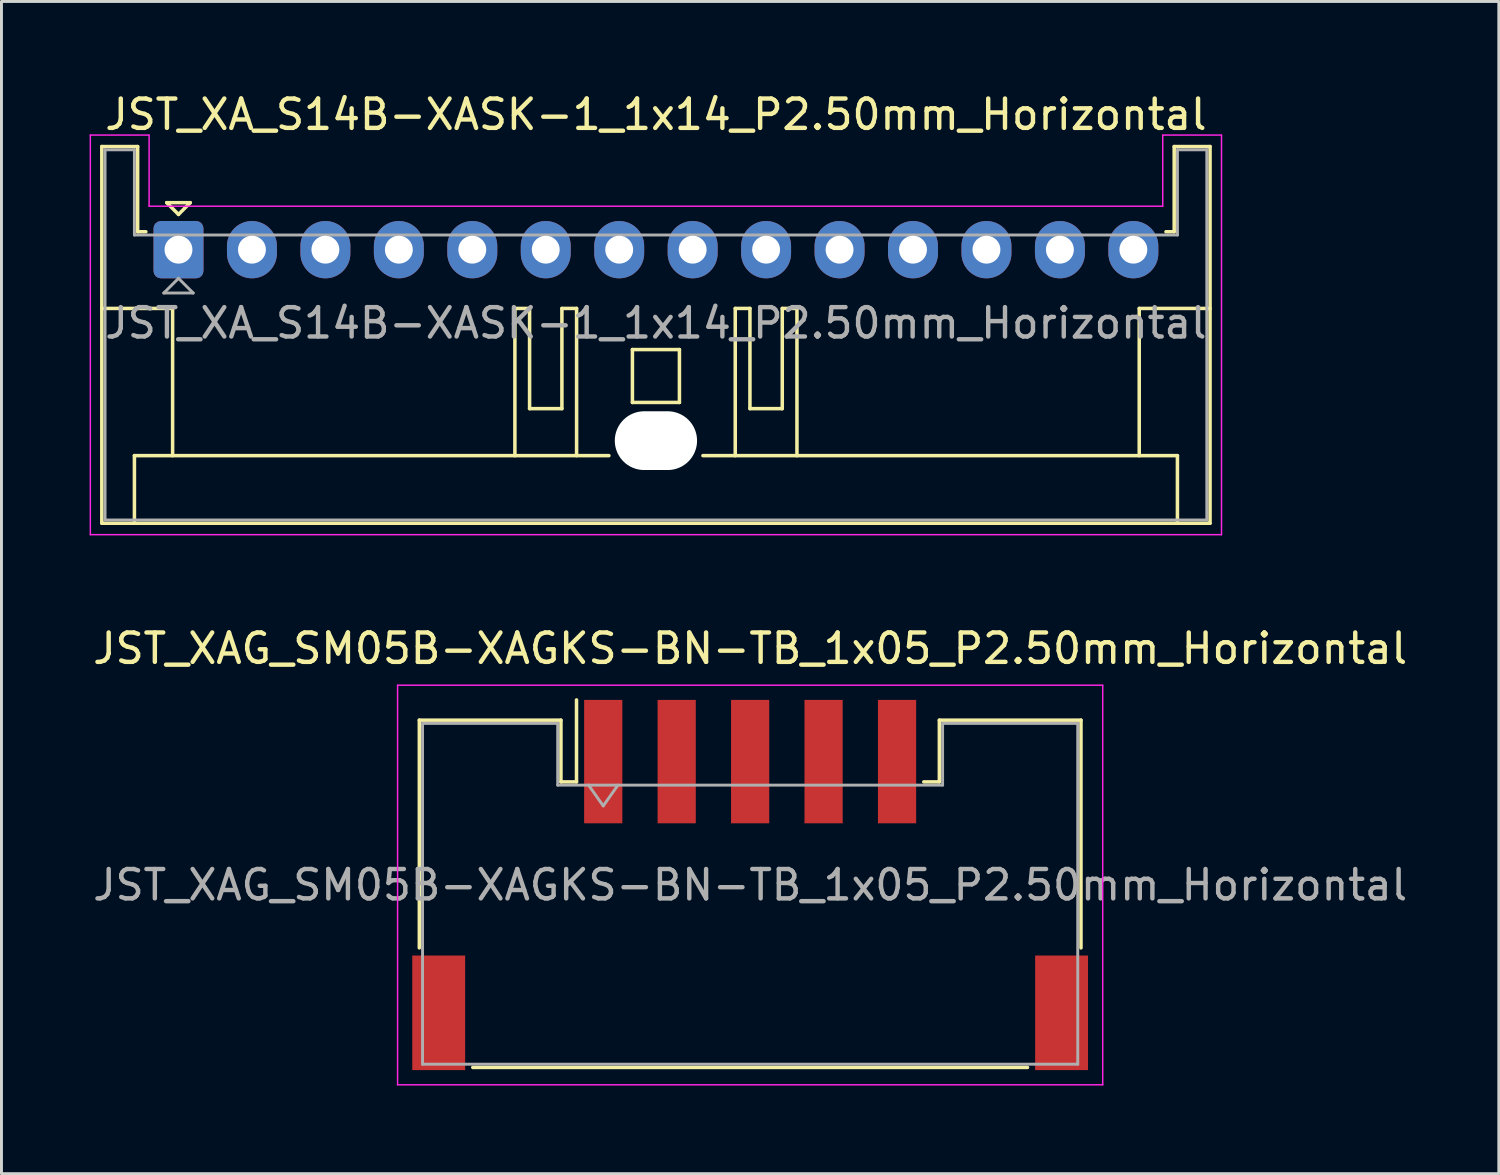
<source format=kicad_pcb>
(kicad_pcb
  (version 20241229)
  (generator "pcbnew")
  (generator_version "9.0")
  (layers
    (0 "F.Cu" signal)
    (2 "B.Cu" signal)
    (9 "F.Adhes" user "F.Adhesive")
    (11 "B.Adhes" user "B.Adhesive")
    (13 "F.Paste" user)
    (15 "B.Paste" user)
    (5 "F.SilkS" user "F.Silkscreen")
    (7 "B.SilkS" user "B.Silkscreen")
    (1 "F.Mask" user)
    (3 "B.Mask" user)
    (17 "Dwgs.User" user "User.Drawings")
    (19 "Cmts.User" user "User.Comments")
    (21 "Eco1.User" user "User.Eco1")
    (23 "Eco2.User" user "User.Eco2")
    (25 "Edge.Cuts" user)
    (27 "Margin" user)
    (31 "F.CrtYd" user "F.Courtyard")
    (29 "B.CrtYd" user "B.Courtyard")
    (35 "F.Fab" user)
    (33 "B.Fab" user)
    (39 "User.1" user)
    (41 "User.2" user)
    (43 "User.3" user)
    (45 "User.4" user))
  (footprint "JST_XAG_SM05B-XAGKS-BN-TB_1x05_P2.50mm_Horizontal"
    (layer "F.Cu")
    (at 22.482 27.072)
    (property "Reference" "JST_XAG_SM05B-XAGKS-BN-TB_1x05_P2.50mm_Horizontal" (at 0 -8.05 0) (layer "F.SilkS") (effects (font (size 1 1) (thickness 0.15))))
    (attr smd)
    (fp_line (start -11.26 -5.61) (end -6.44 -5.61) (stroke (width 0.12) (type solid)) (layer "F.SilkS"))
    (fp_line (start -11.26 2.14) (end -11.26 -5.61) (stroke (width 0.12) (type solid)) (layer "F.SilkS"))
    (fp_line (start -9.44 6.21) (end 9.44 6.21) (stroke (width 0.12) (type solid)) (layer "F.SilkS"))
    (fp_line (start -6.44 -5.61) (end -6.44 -3.51) (stroke (width 0.12) (type solid)) (layer "F.SilkS"))
    (fp_line (start -6.44 -3.51) (end -5.91 -3.51) (stroke (width 0.12) (type solid)) (layer "F.SilkS"))
    (fp_line (start -5.91 -3.51) (end -5.91 -6.3) (stroke (width 0.12) (type solid)) (layer "F.SilkS"))
    (fp_line (start 6.44 -5.61) (end 6.44 -3.51) (stroke (width 0.12) (type solid)) (layer "F.SilkS"))
    (fp_line (start 6.44 -3.51) (end 5.91 -3.51) (stroke (width 0.12) (type solid)) (layer "F.SilkS"))
    (fp_line (start 11.26 -5.61) (end 6.44 -5.61) (stroke (width 0.12) (type solid)) (layer "F.SilkS"))
    (fp_line (start 11.26 2.14) (end 11.26 -5.61) (stroke (width 0.12) (type solid)) (layer "F.SilkS"))
    (fp_line (start -12 -6.8) (end -12 6.8) (stroke (width 0.05) (type solid)) (layer "F.CrtYd"))
    (fp_line (start -12 6.8) (end 12 6.8) (stroke (width 0.05) (type solid)) (layer "F.CrtYd"))
    (fp_line (start 12 -6.8) (end -12 -6.8) (stroke (width 0.05) (type solid)) (layer "F.CrtYd"))
    (fp_line (start 12 6.8) (end 12 -6.8) (stroke (width 0.05) (type solid)) (layer "F.CrtYd"))
    (fp_line (start -11.15 -5.5) (end -11.15 6.1) (stroke (width 0.1) (type solid)) (layer "F.Fab"))
    (fp_line (start -11.15 -5.5) (end -6.55 -5.5) (stroke (width 0.1) (type solid)) (layer "F.Fab"))
    (fp_line (start -11.15 6.1) (end 11.15 6.1) (stroke (width 0.1) (type solid)) (layer "F.Fab"))
    (fp_line (start -6.55 -5.5) (end -6.55 -3.4) (stroke (width 0.1) (type solid)) (layer "F.Fab"))
    (fp_line (start -6.55 -3.4) (end 6.55 -3.4) (stroke (width 0.1) (type solid)) (layer "F.Fab"))
    (fp_line (start -5.5 -3.4) (end -5 -2.693) (stroke (width 0.1) (type solid)) (layer "F.Fab"))
    (fp_line (start -5 -2.693) (end -4.5 -3.4) (stroke (width 0.1) (type solid)) (layer "F.Fab"))
    (fp_line (start 6.55 -5.5) (end 11.15 -5.5) (stroke (width 0.1) (type solid)) (layer "F.Fab"))
    (fp_line (start 6.55 -3.4) (end 6.55 -5.5) (stroke (width 0.1) (type solid)) (layer "F.Fab"))
    (fp_line (start 11.15 -5.5) (end 11.15 6.1) (stroke (width 0.1) (type solid)) (layer "F.Fab"))
    (fp_text user "${REFERENCE}" (at 0 0 0) (layer "F.Fab") (effects (font (size 1 1) (thickness 0.15))))
    (pad "" smd rect (at -10.6 4.35) (size 1.8 3.9) (layers "F.Cu" "F.Mask" "F.Paste"))
    (pad "" smd rect (at 10.6 4.35) (size 1.8 3.9) (layers "F.Cu" "F.Mask" "F.Paste"))
    (pad "1" smd rect (at -5 -4.2) (size 1.3 4.2) (layers "F.Cu" "F.Mask" "F.Paste"))
    (pad "2" smd rect (at -2.5 -4.2) (size 1.3 4.2) (layers "F.Cu" "F.Mask" "F.Paste"))
    (pad "3" smd rect (at 0 -4.2) (size 1.3 4.2) (layers "F.Cu" "F.Mask" "F.Paste"))
    (pad "4" smd rect (at 2.5 -4.2) (size 1.3 4.2) (layers "F.Cu" "F.Mask" "F.Paste"))
    (pad "5" smd rect (at 5 -4.2) (size 1.3 4.2) (layers "F.Cu" "F.Mask" "F.Paste")))
  (footprint "JST_XA_S14B-XASK-1_1x14_P2.50mm_Horizontal"
    (layer "F.Cu")
    (at 3.025 5.448)
    (property "Reference" "JST_XA_S14B-XASK-1_1x14_P2.50mm_Horizontal" (at 16.25 -4.6 0) (layer "F.SilkS") (effects (font (size 1 1) (thickness 0.15))))
    (attr through_hole)
    (fp_line (start -2.61 -3.51) (end -2.61 9.31) (stroke (width 0.12) (type solid)) (layer "F.SilkS"))
    (fp_line (start -2.61 9.31) (end 35.11 9.31) (stroke (width 0.12) (type solid)) (layer "F.SilkS"))
    (fp_line (start -1.5 7.01) (end 14.65 7.01) (stroke (width 0.12) (type solid)) (layer "F.SilkS"))
    (fp_line (start -1.5 9.31) (end -1.5 7.01) (stroke (width 0.12) (type solid)) (layer "F.SilkS"))
    (fp_line (start -1.39 -3.51) (end -2.61 -3.51) (stroke (width 0.12) (type solid)) (layer "F.SilkS"))
    (fp_line (start -1.39 -0.61) (end -1.39 -3.51) (stroke (width 0.12) (type solid)) (layer "F.SilkS"))
    (fp_line (start -1.11 -0.61) (end -1.39 -0.61) (stroke (width 0.12) (type solid)) (layer "F.SilkS"))
    (fp_line (start -0.4 -1.6) (end 0.4 -1.6) (stroke (width 0.12) (type solid)) (layer "F.SilkS"))
    (fp_line (start -0.2 2) (end -2.61 2) (stroke (width 0.12) (type solid)) (layer "F.SilkS"))
    (fp_line (start -0.2 7.01) (end -0.2 2) (stroke (width 0.12) (type solid)) (layer "F.SilkS"))
    (fp_line (start 0 -1.2) (end -0.4 -1.6) (stroke (width 0.12) (type solid)) (layer "F.SilkS"))
    (fp_line (start 0.4 -1.6) (end 0 -1.2) (stroke (width 0.12) (type solid)) (layer "F.SilkS"))
    (fp_line (start 11.45 2) (end 11.45 7.01) (stroke (width 0.12) (type solid)) (layer "F.SilkS"))
    (fp_line (start 11.95 2) (end 11.45 2) (stroke (width 0.12) (type solid)) (layer "F.SilkS"))
    (fp_line (start 11.95 5.41) (end 11.95 2) (stroke (width 0.12) (type solid)) (layer "F.SilkS"))
    (fp_line (start 13.05 2) (end 13.05 5.41) (stroke (width 0.12) (type solid)) (layer "F.SilkS"))
    (fp_line (start 13.05 5.41) (end 11.95 5.41) (stroke (width 0.12) (type solid)) (layer "F.SilkS"))
    (fp_line (start 13.55 2) (end 13.05 2) (stroke (width 0.12) (type solid)) (layer "F.SilkS"))
    (fp_line (start 13.55 7.01) (end 13.55 2) (stroke (width 0.12) (type solid)) (layer "F.SilkS"))
    (fp_line (start 15.45 3.4) (end 17.05 3.4) (stroke (width 0.12) (type solid)) (layer "F.SilkS"))
    (fp_line (start 15.45 5.2) (end 15.45 3.4) (stroke (width 0.12) (type solid)) (layer "F.SilkS"))
    (fp_line (start 17.05 3.4) (end 17.05 5.2) (stroke (width 0.12) (type solid)) (layer "F.SilkS"))
    (fp_line (start 17.05 5.2) (end 15.45 5.2) (stroke (width 0.12) (type solid)) (layer "F.SilkS"))
    (fp_line (start 17.85 7.01) (end 34 7.01) (stroke (width 0.12) (type solid)) (layer "F.SilkS"))
    (fp_line (start 18.95 2) (end 19.45 2) (stroke (width 0.12) (type solid)) (layer "F.SilkS"))
    (fp_line (start 18.95 7.01) (end 18.95 2) (stroke (width 0.12) (type solid)) (layer "F.SilkS"))
    (fp_line (start 19.45 2) (end 19.45 5.41) (stroke (width 0.12) (type solid)) (layer "F.SilkS"))
    (fp_line (start 19.45 5.41) (end 20.55 5.41) (stroke (width 0.12) (type solid)) (layer "F.SilkS"))
    (fp_line (start 20.55 2) (end 21.05 2) (stroke (width 0.12) (type solid)) (layer "F.SilkS"))
    (fp_line (start 20.55 5.41) (end 20.55 2) (stroke (width 0.12) (type solid)) (layer "F.SilkS"))
    (fp_line (start 21.05 2) (end 21.05 7.01) (stroke (width 0.12) (type solid)) (layer "F.SilkS"))
    (fp_line (start 32.7 2) (end 35.11 2) (stroke (width 0.12) (type solid)) (layer "F.SilkS"))
    (fp_line (start 32.7 7.01) (end 32.7 2) (stroke (width 0.12) (type solid)) (layer "F.SilkS"))
    (fp_line (start 33.89 -3.51) (end 33.89 -0.61) (stroke (width 0.12) (type solid)) (layer "F.SilkS"))
    (fp_line (start 33.89 -0.61) (end 33.61 -0.61) (stroke (width 0.12) (type solid)) (layer "F.SilkS"))
    (fp_line (start 34 7.01) (end 34 9.31) (stroke (width 0.12) (type solid)) (layer "F.SilkS"))
    (fp_line (start 35.11 -3.51) (end 33.89 -3.51) (stroke (width 0.12) (type solid)) (layer "F.SilkS"))
    (fp_line (start 35.11 9.31) (end 35.11 -3.51) (stroke (width 0.12) (type solid)) (layer "F.SilkS"))
    (fp_line (start -3 -3.9) (end -3 9.7) (stroke (width 0.05) (type solid)) (layer "F.CrtYd"))
    (fp_line (start -3 9.7) (end 35.5 9.7) (stroke (width 0.05) (type solid)) (layer "F.CrtYd"))
    (fp_line (start -1 -3.9) (end -3 -3.9) (stroke (width 0.05) (type solid)) (layer "F.CrtYd"))
    (fp_line (start -1 -1.48) (end -1 -3.9) (stroke (width 0.05) (type solid)) (layer "F.CrtYd"))
    (fp_line (start 33.5 -3.9) (end 33.5 -1.48) (stroke (width 0.05) (type solid)) (layer "F.CrtYd"))
    (fp_line (start 33.5 -1.48) (end -1 -1.48) (stroke (width 0.05) (type solid)) (layer "F.CrtYd"))
    (fp_line (start 35.5 -3.9) (end 33.5 -3.9) (stroke (width 0.05) (type solid)) (layer "F.CrtYd"))
    (fp_line (start 35.5 9.7) (end 35.5 -3.9) (stroke (width 0.05) (type solid)) (layer "F.CrtYd"))
    (fp_line (start -2.5 -3.4) (end -2.5 9.2) (stroke (width 0.1) (type solid)) (layer "F.Fab"))
    (fp_line (start -2.5 9.2) (end 35 9.2) (stroke (width 0.1) (type solid)) (layer "F.Fab"))
    (fp_line (start -1.5 -3.4) (end -2.5 -3.4) (stroke (width 0.1) (type solid)) (layer "F.Fab"))
    (fp_line (start -1.5 -0.5) (end -1.5 -3.4) (stroke (width 0.1) (type solid)) (layer "F.Fab"))
    (fp_line (start -0.5 1.475) (end 0.5 1.475) (stroke (width 0.1) (type solid)) (layer "F.Fab"))
    (fp_line (start 0 0.975) (end -0.5 1.475) (stroke (width 0.1) (type solid)) (layer "F.Fab"))
    (fp_line (start 0.5 1.475) (end 0 0.975) (stroke (width 0.1) (type solid)) (layer "F.Fab"))
    (fp_line (start 34 -3.4) (end 34 -0.5) (stroke (width 0.1) (type solid)) (layer "F.Fab"))
    (fp_line (start 34 -0.5) (end -1.5 -0.5) (stroke (width 0.1) (type solid)) (layer "F.Fab"))
    (fp_line (start 35 -3.4) (end 34 -3.4) (stroke (width 0.1) (type solid)) (layer "F.Fab"))
    (fp_line (start 35 9.2) (end 35 -3.4) (stroke (width 0.1) (type solid)) (layer "F.Fab"))
    (fp_text user "${REFERENCE}" (at 16.25 2.5 0) (layer "F.Fab") (effects (font (size 1 1) (thickness 0.15))))
    (pad "" np_thru_hole oval (at 16.25 6.5) (size 2.8 2) (drill oval 2.8 2) (layers "*.Cu" "*.Mask"))
    (pad "1" thru_hole roundrect (at 0 0) (size 1.7 1.95) (drill 0.95) (layers "*.Cu" "*.Mask") (roundrect_rratio 0.147))
    (pad "2" thru_hole oval (at 2.5 0) (size 1.7 1.95) (drill 0.95) (layers "*.Cu" "*.Mask"))
    (pad "3" thru_hole oval (at 5 0) (size 1.7 1.95) (drill 0.95) (layers "*.Cu" "*.Mask"))
    (pad "4" thru_hole oval (at 7.5 0) (size 1.7 1.95) (drill 0.95) (layers "*.Cu" "*.Mask"))
    (pad "5" thru_hole oval (at 10 0) (size 1.7 1.95) (drill 0.95) (layers "*.Cu" "*.Mask"))
    (pad "6" thru_hole oval (at 12.5 0) (size 1.7 1.95) (drill 0.95) (layers "*.Cu" "*.Mask"))
    (pad "7" thru_hole oval (at 15 0) (size 1.7 1.95) (drill 0.95) (layers "*.Cu" "*.Mask"))
    (pad "8" thru_hole oval (at 17.5 0) (size 1.7 1.95) (drill 0.95) (layers "*.Cu" "*.Mask"))
    (pad "9" thru_hole oval (at 20 0) (size 1.7 1.95) (drill 0.95) (layers "*.Cu" "*.Mask"))
    (pad "10" thru_hole oval (at 22.5 0) (size 1.7 1.95) (drill 0.95) (layers "*.Cu" "*.Mask"))
    (pad "11" thru_hole oval (at 25 0) (size 1.7 1.95) (drill 0.95) (layers "*.Cu" "*.Mask"))
    (pad "12" thru_hole oval (at 27.5 0) (size 1.7 1.95) (drill 0.95) (layers "*.Cu" "*.Mask"))
    (pad "13" thru_hole oval (at 30 0) (size 1.7 1.95) (drill 0.95) (layers "*.Cu" "*.Mask"))
    (pad "14" thru_hole oval (at 32.5 0) (size 1.7 1.95) (drill 0.95) (layers "*.Cu" "*.Mask")))
  (gr_rect
    (start -3 -3)
    (end 47.964 36.897)
    (stroke (width 0.1) (type default))
    (fill no)
    (layer "Edge.Cuts")))
</source>
